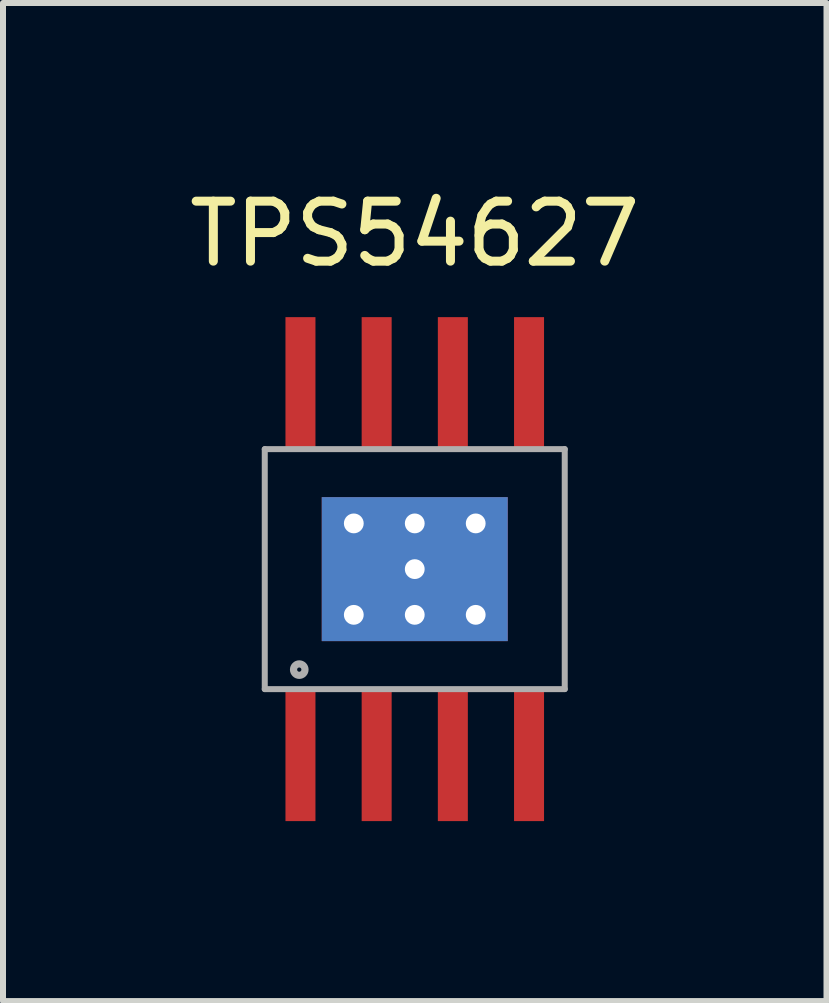
<source format=kicad_pcb>
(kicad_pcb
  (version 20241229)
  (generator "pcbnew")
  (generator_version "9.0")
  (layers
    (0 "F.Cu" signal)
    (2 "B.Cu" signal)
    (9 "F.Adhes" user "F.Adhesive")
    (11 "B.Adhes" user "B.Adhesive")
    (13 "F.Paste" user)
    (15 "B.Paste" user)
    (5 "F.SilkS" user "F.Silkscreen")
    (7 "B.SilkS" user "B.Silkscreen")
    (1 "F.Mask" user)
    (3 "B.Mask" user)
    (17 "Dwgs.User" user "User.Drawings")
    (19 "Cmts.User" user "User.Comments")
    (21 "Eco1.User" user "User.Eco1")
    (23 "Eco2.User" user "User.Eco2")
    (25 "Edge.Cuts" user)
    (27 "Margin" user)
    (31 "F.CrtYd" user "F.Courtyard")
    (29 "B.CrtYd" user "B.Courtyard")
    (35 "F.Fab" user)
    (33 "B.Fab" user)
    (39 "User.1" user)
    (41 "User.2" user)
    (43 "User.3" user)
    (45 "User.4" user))
  (footprint "TPS54627"
    (layer "F.Cu")
    (at 3.863 6.436)
    (property "Reference" "TPS54627" (at 0 -5.588 0) (layer "F.SilkS") (effects (font (size 1 1) (thickness 0.15))))
    (attr through_hole)
    (fp_line (start -2.5 -2) (end 2.5 -2) (stroke (width 0.1) (type solid)) (layer "F.Fab"))
    (fp_line (start -2.5 2) (end -2.5 -2) (stroke (width 0.1) (type solid)) (layer "F.Fab"))
    (fp_line (start -2.5 2) (end 2.5 2) (stroke (width 0.1) (type solid)) (layer "F.Fab"))
    (fp_line (start 2.5 2) (end 2.5 -2) (stroke (width 0.1) (type solid)) (layer "F.Fab"))
    (fp_circle (center -1.925 1.675) (end -1.9 1.7) (stroke (width 0.12) (type solid)) (fill no) (layer "F.Fab"))
    (pad "1" smd rect (at -1.905 2) (size 0.5 2.2) (drill (offset 0 1.1)) (layers "F.Cu" "F.Mask" "F.Paste"))
    (pad "2" smd rect (at -0.635 2) (size 0.5 2.2) (drill (offset 0 1.1)) (layers "F.Cu" "F.Mask" "F.Paste"))
    (pad "3" smd rect (at 0.635 2) (size 0.5 2.2) (drill (offset 0 1.1)) (layers "F.Cu" "F.Mask" "F.Paste"))
    (pad "4" smd rect (at 1.905 2) (size 0.5 2.2) (drill (offset 0 1.1)) (layers "F.Cu" "F.Mask" "F.Paste"))
    (pad "5" smd rect (at 1.905 -2) (size 0.5 2.2) (drill (offset 0 -1.1)) (layers "F.Cu" "F.Mask" "F.Paste"))
    (pad "6" smd rect (at 0.635 -2) (size 0.5 2.2) (drill (offset 0 -1.1)) (layers "F.Cu" "F.Mask" "F.Paste"))
    (pad "7" smd rect (at -0.635 -2) (size 0.5 2.2) (drill (offset 0 -1.1)) (layers "F.Cu" "F.Mask" "F.Paste"))
    (pad "8" smd rect (at -1.905 -2) (size 0.5 2.2) (drill (offset 0 -1.1)) (layers "F.Cu" "F.Mask" "F.Paste"))
    (pad "p0" thru_hole rect (at 0 0) (size 3.1 2.4) (drill 0.33) (layers "*.Cu" "*.Mask"))
    (pad "p2" thru_hole circle (at 0 -0.762) (size 0.35 0.35) (drill 0.33) (layers "*.Mask" "F.Cu"))
    (pad "p3" thru_hole circle (at 1.016 0.762) (size 0.35 0.35) (drill 0.33) (layers "*.Cu" "*.Paste" "*.Mask"))
    (pad "p4" thru_hole circle (at -1.016 -0.762) (size 0.35 0.35) (drill 0.33) (layers "*.Mask" "F.Cu"))
    (pad "p4" thru_hole circle (at 0 0.762) (size 0.35 0.35) (drill 0.33) (layers "*.Cu" "*.Paste" "*.Mask"))
    (pad "p5" thru_hole circle (at -1.016 0.762) (size 0.35 0.35) (drill 0.33) (layers "*.Cu" "*.Paste" "*.Mask"))
    (pad "p5" thru_hole circle (at 1.016 -0.762) (size 0.35 0.35) (drill 0.33) (layers "*.Mask" "F.Cu")))
  (gr_rect
    (start -3 -3)
    (end 10.726 13.636)
    (stroke (width 0.1) (type default))
    (fill no)
    (layer "Edge.Cuts")))
</source>
